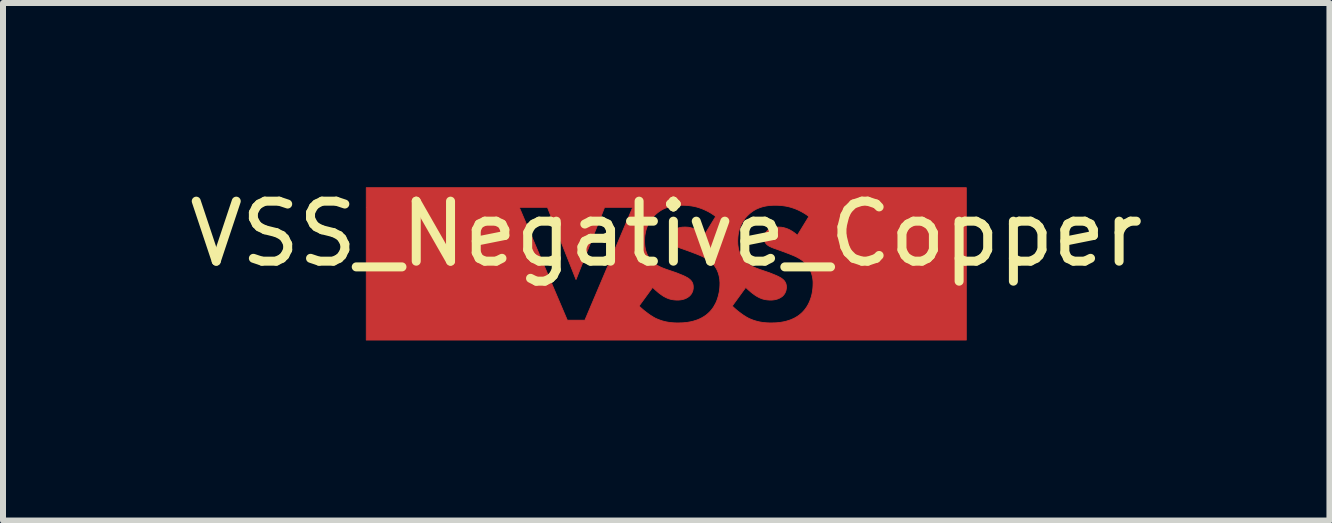
<source format=kicad_pcb>
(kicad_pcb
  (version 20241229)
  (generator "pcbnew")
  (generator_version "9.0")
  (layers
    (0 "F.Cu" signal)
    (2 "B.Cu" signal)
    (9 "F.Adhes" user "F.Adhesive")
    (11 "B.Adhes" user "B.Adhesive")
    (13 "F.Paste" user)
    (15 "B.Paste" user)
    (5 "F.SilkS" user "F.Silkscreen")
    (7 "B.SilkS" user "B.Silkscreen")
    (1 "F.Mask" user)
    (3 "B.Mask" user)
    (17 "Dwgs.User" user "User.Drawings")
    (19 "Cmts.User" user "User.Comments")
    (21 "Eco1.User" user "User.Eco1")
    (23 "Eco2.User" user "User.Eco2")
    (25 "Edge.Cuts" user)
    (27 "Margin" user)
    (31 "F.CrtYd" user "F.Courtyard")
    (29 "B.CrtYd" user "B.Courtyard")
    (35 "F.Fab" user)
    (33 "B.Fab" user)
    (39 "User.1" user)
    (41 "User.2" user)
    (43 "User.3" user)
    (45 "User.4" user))
  (footprint "VSS_Negative_Copper"
    (layer "F.Cu")
    (at 8.054 1.348)
    (property "Reference" "VSS_Negative_Copper" (at 0 -0.5 0) (unlocked yes) (layer "F.SilkS") (effects (font (size 1 1) (thickness 0.15))))
    (fp_poly (pts (xy 5.001 1.27) (xy -5 1.27) (xy -5 -0.942) (xy -2.449 -0.942) (xy -1.649 0.938) (xy -1.356 0.938) (xy -1.256 0.702) (xy -0.453 0.702) (xy -0.425 0.729) (xy -0.393 0.757) (xy -0.36 0.785) (xy -0.324 0.812) (xy -0.288 0.839) (xy -0.269 0.852) (xy -0.251 0.864) (xy -0.232 0.875) (xy -0.214 0.887) (xy -0.196 0.897) (xy -0.178 0.907) (xy -0.155 0.917) (xy -0.133 0.926) (xy -0.11 0.935) (xy -0.087 0.943) (xy -0.065 0.95) (xy -0.042 0.956) (xy -0.019 0.962) (xy 0.004 0.967) (xy 0.027 0.971) (xy 0.051 0.975) (xy 0.074 0.978) (xy 0.098 0.98) (xy 0.122 0.982) (xy 0.147 0.983) (xy 0.171 0.984) (xy 0.196 0.984) (xy 0.248 0.983) (xy 0.277 0.982) (xy 0.308 0.979) (xy 0.341 0.976) (xy 0.376 0.97) (xy 0.411 0.964) (xy 0.447 0.955) (xy 0.483 0.944) (xy 0.52 0.932) (xy 0.557 0.916) (xy 0.593 0.898) (xy 0.629 0.877) (xy 0.646 0.865) (xy 0.664 0.853) (xy 0.681 0.839) (xy 0.697 0.825) (xy 0.713 0.81) (xy 0.729 0.794) (xy 0.747 0.774) (xy 0.765 0.752) (xy 0.781 0.729) (xy 0.797 0.705) (xy 0.798 0.702) (xy 1.1 0.702) (xy 1.128 0.729) (xy 1.159 0.757) (xy 1.192 0.785) (xy 1.228 0.812) (xy 1.264 0.839) (xy 1.283 0.852) (xy 1.301 0.864) (xy 1.32 0.875) (xy 1.338 0.887) (xy 1.357 0.897) (xy 1.375 0.907) (xy 1.397 0.917) (xy 1.42 0.926) (xy 1.442 0.935) (xy 1.465 0.943) (xy 1.488 0.95) (xy 1.51 0.956) (xy 1.533 0.962) (xy 1.556 0.967) (xy 1.58 0.971) (xy 1.603 0.975) (xy 1.627 0.978) (xy 1.651 0.98) (xy 1.675 0.982) (xy 1.699 0.983) (xy 1.724 0.984) (xy 1.749 0.984) (xy 1.8 0.983) (xy 1.829 0.982) (xy 1.861 0.979) (xy 1.894 0.976) (xy 1.928 0.97) (xy 1.963 0.964) (xy 1.999 0.955) (xy 2.036 0.944) (xy 2.072 0.932) (xy 2.109 0.916) (xy 2.146 0.898) (xy 2.181 0.877) (xy 2.199 0.865) (xy 2.216 0.853) (xy 2.233 0.839) (xy 2.249 0.825) (xy 2.266 0.81) (xy 2.281 0.794) (xy 2.299 0.774) (xy 2.317 0.752) (xy 2.333 0.729) (xy 2.349 0.705) (xy 2.364 0.679) (xy 2.377 0.653) (xy 2.39 0.625) (xy 2.401 0.595) (xy 2.412 0.565) (xy 2.421 0.534) (xy 2.429 0.501) (xy 2.435 0.468) (xy 2.44 0.434) (xy 2.444 0.4) (xy 2.446 0.364) (xy 2.447 0.328) (xy 2.447 0.307) (xy 2.446 0.286) (xy 2.444 0.264) (xy 2.441 0.242) (xy 2.437 0.22) (xy 2.432 0.197) (xy 2.426 0.175) (xy 2.419 0.152) (xy 2.411 0.13) (xy 2.401 0.107) (xy 2.39 0.085) (xy 2.377 0.063) (xy 2.363 0.041) (xy 2.347 0.02) (xy 2.329 -0.001) (xy 2.31 -0.021) (xy 2.295 -0.034) (xy 2.281 -0.046) (xy 2.265 -0.058) (xy 2.249 -0.069) (xy 2.233 -0.08) (xy 2.217 -0.09) (xy 2.2 -0.099) (xy 2.183 -0.108) (xy 2.167 -0.117) (xy 2.15 -0.125) (xy 2.116 -0.14) (xy 2.083 -0.153) (xy 2.052 -0.166) (xy 1.911 -0.219) (xy 1.827 -0.249) (xy 1.792 -0.261) (xy 1.777 -0.267) (xy 1.762 -0.273) (xy 1.749 -0.279) (xy 1.736 -0.285) (xy 1.724 -0.29) (xy 1.713 -0.297) (xy 1.703 -0.303) (xy 1.693 -0.31) (xy 1.683 -0.317) (xy 1.675 -0.325) (xy 1.669 -0.33) (xy 1.665 -0.335) (xy 1.66 -0.341) (xy 1.656 -0.347) (xy 1.652 -0.352) (xy 1.649 -0.358) (xy 1.646 -0.365) (xy 1.643 -0.371) (xy 1.64 -0.377) (xy 1.638 -0.384) (xy 1.636 -0.391) (xy 1.635 -0.398) (xy 1.634 -0.406) (xy 1.633 -0.414) (xy 1.632 -0.422) (xy 1.632 -0.43) (xy 1.632 -0.44) (xy 1.633 -0.449) (xy 1.634 -0.457) (xy 1.636 -0.466) (xy 1.638 -0.474) (xy 1.64 -0.483) (xy 1.643 -0.491) (xy 1.646 -0.498) (xy 1.65 -0.506) (xy 1.654 -0.513) (xy 1.658 -0.52) (xy 1.662 -0.527) (xy 1.667 -0.533) (xy 1.671 -0.539) (xy 1.676 -0.545) (xy 1.682 -0.55) (xy 1.686 -0.555) (xy 1.691 -0.56) (xy 1.696 -0.565) (xy 1.701 -0.569) (xy 1.712 -0.577) (xy 1.723 -0.584) (xy 1.734 -0.59) (xy 1.746 -0.595) (xy 1.757 -0.6) (xy 1.769 -0.603) (xy 1.781 -0.606) (xy 1.794 -0.609) (xy 1.806 -0.61) (xy 1.818 -0.612) (xy 1.83 -0.613) (xy 1.842 -0.613) (xy 1.865 -0.614) (xy 1.889 -0.613) (xy 1.903 -0.612) (xy 1.919 -0.611) (xy 1.935 -0.608) (xy 1.953 -0.605) (xy 1.972 -0.6) (xy 1.992 -0.594) (xy 2.013 -0.587) (xy 2.035 -0.578) (xy 2.058 -0.567) (xy 2.081 -0.554) (xy 2.106 -0.539) (xy 2.131 -0.522) (xy 2.156 -0.502) (xy 2.183 -0.48) (xy 2.183 -0.473) (xy 2.377 -0.79) (xy 2.336 -0.82) (xy 2.295 -0.846) (xy 2.255 -0.869) (xy 2.216 -0.889) (xy 2.177 -0.907) (xy 2.139 -0.922) (xy 2.101 -0.935) (xy 2.065 -0.946) (xy 2.029 -0.955) (xy 1.995 -0.962) (xy 1.962 -0.967) (xy 1.931 -0.971) (xy 1.9 -0.974) (xy 1.872 -0.976) (xy 1.819 -0.977) (xy 1.786 -0.977) (xy 1.754 -0.975) (xy 1.722 -0.973) (xy 1.691 -0.969) (xy 1.66 -0.964) (xy 1.63 -0.958) (xy 1.6 -0.95) (xy 1.57 -0.941) (xy 1.542 -0.93) (xy 1.513 -0.918) (xy 1.485 -0.904) (xy 1.458 -0.888) (xy 1.431 -0.87) (xy 1.405 -0.85) (xy 1.379 -0.828) (xy 1.354 -0.804) (xy 1.333 -0.782) (xy 1.314 -0.76) (xy 1.297 -0.736) (xy 1.281 -0.712) (xy 1.266 -0.688) (xy 1.253 -0.663) (xy 1.241 -0.637) (xy 1.23 -0.611) (xy 1.221 -0.584) (xy 1.213 -0.557) (xy 1.206 -0.529) (xy 1.201 -0.501) (xy 1.197 -0.472) (xy 1.194 -0.442) (xy 1.192 -0.412) (xy 1.191 -0.381) (xy 1.192 -0.345) (xy 1.193 -0.326) (xy 1.195 -0.306) (xy 1.198 -0.286) (xy 1.201 -0.265) (xy 1.205 -0.244) (xy 1.211 -0.222) (xy 1.217 -0.201) (xy 1.225 -0.179) (xy 1.234 -0.157) (xy 1.245 -0.136) (xy 1.257 -0.115) (xy 1.271 -0.094) (xy 1.287 -0.073) (xy 1.304 -0.053) (xy 1.318 -0.039) (xy 1.332 -0.026) (xy 1.347 -0.013) (xy 1.362 -0.001) (xy 1.378 0.009) (xy 1.394 0.02) (xy 1.411 0.029) (xy 1.428 0.038) (xy 1.445 0.047) (xy 1.462 0.055) (xy 1.497 0.07) (xy 1.532 0.083) (xy 1.565 0.095) (xy 1.72 0.148) (xy 1.77 0.168) (xy 1.8 0.18) (xy 1.831 0.193) (xy 1.862 0.207) (xy 1.877 0.215) (xy 1.892 0.223) (xy 1.905 0.23) (xy 1.918 0.238) (xy 1.929 0.246) (xy 1.939 0.254) (xy 1.946 0.26) (xy 1.953 0.266) (xy 1.959 0.273) (xy 1.965 0.279) (xy 1.971 0.286) (xy 1.976 0.294) (xy 1.981 0.301) (xy 1.985 0.309) (xy 1.989 0.317) (xy 1.993 0.326) (xy 1.996 0.335) (xy 1.998 0.345) (xy 2 0.355) (xy 2.002 0.365) (xy 2.002 0.376) (xy 2.003 0.388) (xy 2.003 0.395) (xy 2.002 0.401) (xy 2.002 0.407) (xy 2.001 0.414) (xy 2 0.42) (xy 1.999 0.426) (xy 1.998 0.431) (xy 1.997 0.437) (xy 1.996 0.443) (xy 1.994 0.448) (xy 1.991 0.459) (xy 1.987 0.469) (xy 1.982 0.478) (xy 1.978 0.488) (xy 1.972 0.496) (xy 1.967 0.505) (xy 1.961 0.513) (xy 1.955 0.52) (xy 1.949 0.527) (xy 1.942 0.534) (xy 1.936 0.54) (xy 1.924 0.549) (xy 1.911 0.558) (xy 1.899 0.565) (xy 1.886 0.572) (xy 1.873 0.578) (xy 1.86 0.583) (xy 1.847 0.588) (xy 1.834 0.591) (xy 1.821 0.595) (xy 1.809 0.597) (xy 1.796 0.599) (xy 1.784 0.601) (xy 1.772 0.602) (xy 1.76 0.603) (xy 1.749 0.603) (xy 1.738 0.603) (xy 1.722 0.603) (xy 1.706 0.602) (xy 1.69 0.601) (xy 1.674 0.599) (xy 1.659 0.597) (xy 1.644 0.594) (xy 1.629 0.591) (xy 1.615 0.587) (xy 1.6 0.583) (xy 1.586 0.578) (xy 1.572 0.572) (xy 1.557 0.566) (xy 1.543 0.559) (xy 1.53 0.552) (xy 1.516 0.545) (xy 1.502 0.536) (xy 1.492 0.53) (xy 1.481 0.523) (xy 1.47 0.515) (xy 1.459 0.507) (xy 1.436 0.49) (xy 1.412 0.471) (xy 1.389 0.451) (xy 1.366 0.431) (xy 1.345 0.411) (xy 1.325 0.392) (xy 1.1 0.702) (xy 0.798 0.702) (xy 0.811 0.679) (xy 0.825 0.653) (xy 0.838 0.625) (xy 0.849 0.595) (xy 0.859 0.565) (xy 0.868 0.534) (xy 0.876 0.501) (xy 0.883 0.468) (xy 0.888 0.434) (xy 0.892 0.4) (xy 0.894 0.364) (xy 0.895 0.328) (xy 0.895 0.307) (xy 0.893 0.286) (xy 0.892 0.264) (xy 0.889 0.242) (xy 0.885 0.22) (xy 0.88 0.197) (xy 0.874 0.175) (xy 0.867 0.152) (xy 0.859 0.13) (xy 0.849 0.107) (xy 0.838 0.085) (xy 0.825 0.063) (xy 0.811 0.041) (xy 0.795 0.02) (xy 0.777 -0.001) (xy 0.757 -0.021) (xy 0.743 -0.034) (xy 0.728 -0.046) (xy 0.713 -0.058) (xy 0.697 -0.069) (xy 0.681 -0.08) (xy 0.665 -0.09) (xy 0.648 -0.099) (xy 0.631 -0.108) (xy 0.614 -0.117) (xy 0.597 -0.125) (xy 0.564 -0.14) (xy 0.531 -0.153) (xy 0.5 -0.166) (xy 0.359 -0.219) (xy 0.275 -0.249) (xy 0.24 -0.261) (xy 0.225 -0.267) (xy 0.21 -0.273) (xy 0.196 -0.279) (xy 0.184 -0.285) (xy 0.172 -0.29) (xy 0.161 -0.297) (xy 0.15 -0.303) (xy 0.14 -0.31) (xy 0.131 -0.317) (xy 0.122 -0.325) (xy 0.117 -0.33) (xy 0.112 -0.335) (xy 0.108 -0.341) (xy 0.104 -0.347) (xy 0.1 -0.352) (xy 0.097 -0.358) (xy 0.093 -0.365) (xy 0.091 -0.371) (xy 0.088 -0.377) (xy 0.086 -0.384) (xy 0.084 -0.391) (xy 0.083 -0.398) (xy 0.081 -0.406) (xy 0.081 -0.414) (xy 0.08 -0.422) (xy 0.08 -0.43) (xy 0.08 -0.44) (xy 0.081 -0.449) (xy 0.082 -0.457) (xy 0.084 -0.466) (xy 0.086 -0.474) (xy 0.088 -0.483) (xy 0.091 -0.491) (xy 0.094 -0.498) (xy 0.098 -0.506) (xy 0.101 -0.513) (xy 0.105 -0.52) (xy 0.11 -0.527) (xy 0.114 -0.533) (xy 0.119 -0.539) (xy 0.124 -0.545) (xy 0.129 -0.55) (xy 0.134 -0.555) (xy 0.139 -0.56) (xy 0.144 -0.565) (xy 0.149 -0.569) (xy 0.16 -0.577) (xy 0.17 -0.584) (xy 0.182 -0.59) (xy 0.193 -0.595) (xy 0.205 -0.6) (xy 0.217 -0.603) (xy 0.229 -0.606) (xy 0.241 -0.609) (xy 0.254 -0.61) (xy 0.266 -0.612) (xy 0.278 -0.613) (xy 0.29 -0.613) (xy 0.313 -0.614) (xy 0.337 -0.613) (xy 0.351 -0.612) (xy 0.366 -0.611) (xy 0.383 -0.608) (xy 0.401 -0.605) (xy 0.42 -0.6) (xy 0.44 -0.594) (xy 0.461 -0.587) (xy 0.483 -0.578) (xy 0.506 -0.567) (xy 0.529 -0.554) (xy 0.553 -0.539) (xy 0.578 -0.522) (xy 0.604 -0.502) (xy 0.63 -0.48) (xy 0.63 -0.473) (xy 0.824 -0.79) (xy 0.783 -0.82) (xy 0.743 -0.846) (xy 0.703 -0.869) (xy 0.663 -0.889) (xy 0.624 -0.907) (xy 0.586 -0.922) (xy 0.549 -0.935) (xy 0.513 -0.946) (xy 0.477 -0.955) (xy 0.443 -0.962) (xy 0.41 -0.967) (xy 0.378 -0.971) (xy 0.348 -0.974) (xy 0.319 -0.976) (xy 0.267 -0.977) (xy 0.234 -0.977) (xy 0.202 -0.975) (xy 0.17 -0.973) (xy 0.139 -0.969) (xy 0.108 -0.964) (xy 0.077 -0.958) (xy 0.048 -0.95) (xy 0.018 -0.941) (xy -0.011 -0.93) (xy -0.039 -0.918) (xy -0.067 -0.904) (xy -0.094 -0.888) (xy -0.121 -0.87) (xy -0.147 -0.85) (xy -0.173 -0.828) (xy -0.199 -0.804) (xy -0.219 -0.782) (xy -0.238 -0.76) (xy -0.256 -0.736) (xy -0.272 -0.712) (xy -0.286 -0.688) (xy -0.3 -0.663) (xy -0.312 -0.637) (xy -0.322 -0.611) (xy -0.331 -0.584) (xy -0.339 -0.557) (xy -0.346 -0.529) (xy -0.351 -0.501) (xy -0.356 -0.472) (xy -0.359 -0.442) (xy -0.36 -0.412) (xy -0.361 -0.381) (xy -0.36 -0.345) (xy -0.359 -0.326) (xy -0.357 -0.306) (xy -0.355 -0.286) (xy -0.351 -0.265) (xy -0.347 -0.244) (xy -0.342 -0.222) (xy -0.335 -0.201) (xy -0.327 -0.179) (xy -0.318 -0.157) (xy -0.307 -0.136) (xy -0.295 -0.115) (xy -0.281 -0.094) (xy -0.266 -0.073) (xy -0.248 -0.053) (xy -0.234 -0.039) (xy -0.22 -0.026) (xy -0.205 -0.013) (xy -0.19 -0.001) (xy -0.174 0.009) (xy -0.158 0.02) (xy -0.141 0.029) (xy -0.124 0.038) (xy -0.107 0.047) (xy -0.09 0.055) (xy -0.055 0.07) (xy -0.021 0.083) (xy 0.013 0.095) (xy 0.168 0.148) (xy 0.218 0.168) (xy 0.248 0.18) (xy 0.279 0.193) (xy 0.31 0.207) (xy 0.325 0.215) (xy 0.339 0.223) (xy 0.353 0.23) (xy 0.366 0.238) (xy 0.377 0.246) (xy 0.387 0.254) (xy 0.394 0.26) (xy 0.401 0.266) (xy 0.407 0.273) (xy 0.413 0.279) (xy 0.419 0.286) (xy 0.424 0.294) (xy 0.429 0.301) (xy 0.433 0.309) (xy 0.437 0.317) (xy 0.441 0.326) (xy 0.444 0.335) (xy 0.446 0.345) (xy 0.448 0.355) (xy 0.449 0.365) (xy 0.45 0.376) (xy 0.45 0.388) (xy 0.45 0.395) (xy 0.45 0.401) (xy 0.45 0.407) (xy 0.449 0.414) (xy 0.448 0.42) (xy 0.447 0.426) (xy 0.446 0.431) (xy 0.445 0.437) (xy 0.444 0.443) (xy 0.442 0.448) (xy 0.439 0.459) (xy 0.435 0.469) (xy 0.43 0.478) (xy 0.425 0.488) (xy 0.42 0.496) (xy 0.415 0.505) (xy 0.409 0.513) (xy 0.403 0.52) (xy 0.396 0.527) (xy 0.39 0.534) (xy 0.383 0.54) (xy 0.371 0.549) (xy 0.359 0.558) (xy 0.346 0.565) (xy 0.334 0.572) (xy 0.321 0.578) (xy 0.308 0.583) (xy 0.295 0.588) (xy 0.282 0.591) (xy 0.269 0.595) (xy 0.256 0.597) (xy 0.244 0.599) (xy 0.232 0.601) (xy 0.22 0.602) (xy 0.208 0.603) (xy 0.197 0.603) (xy 0.186 0.603) (xy 0.169 0.603) (xy 0.153 0.602) (xy 0.138 0.601) (xy 0.122 0.599) (xy 0.107 0.597) (xy 0.092 0.594) (xy 0.077 0.591) (xy 0.062 0.587) (xy 0.048 0.583) (xy 0.034 0.578) (xy 0.019 0.572) (xy 0.005 0.566) (xy -0.009 0.559) (xy -0.023 0.552) (xy -0.037 0.545) (xy -0.051 0.536) (xy -0.061 0.53) (xy -0.071 0.523) (xy -0.082 0.515) (xy -0.093 0.507) (xy -0.117 0.49) (xy -0.14 0.471) (xy -0.163 0.451) (xy -0.186 0.431) (xy -0.207 0.411) (xy -0.227 0.392) (xy -0.453 0.702) (xy -1.256 0.702) (xy -0.559 -0.942) (xy -1.028 -0.942) (xy -1.504 0.261) (xy -1.98 -0.942) (xy -2.449 -0.942) (xy -5 -0.942) (xy -5 -1.27) (xy 5.001 -1.27)) (stroke (width 0.013) (type solid)) (fill yes) (layer "F.Cu")))
  (gr_rect
    (start -3 -3)
    (end 19.107 5.625)
    (stroke (width 0.1) (type default))
    (fill no)
    (layer "Edge.Cuts")))
</source>
